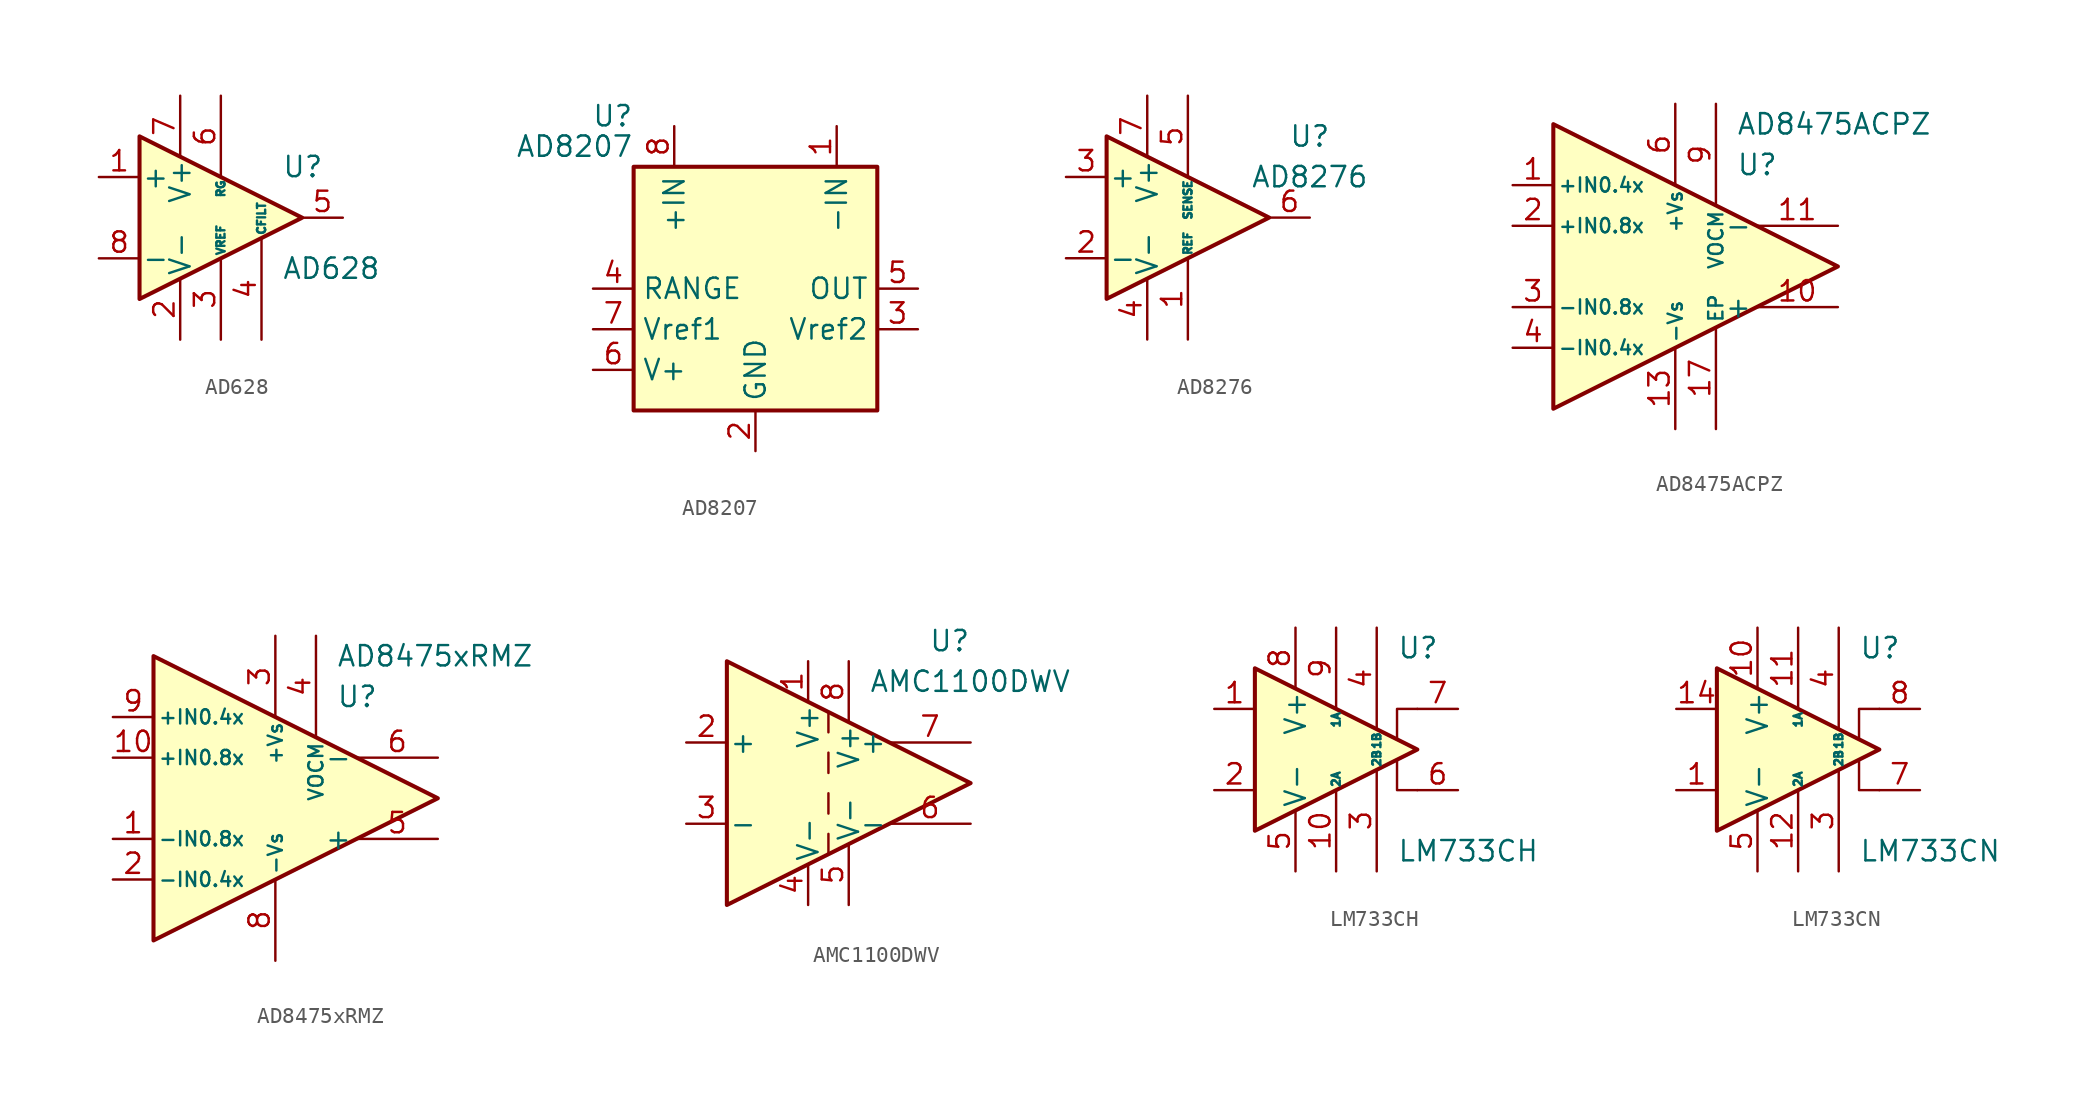
<source format=kicad_sym>
(kicad_symbol_lib
  (version 20201005)
  (generator kicad_symbol_editor)
  (symbol "Amplifier_Difference:AD628"
    (pin_names
      (offset 0.127))
    (property "Reference" "U"
      (at 3.81 3.175 0)
      (effects (font (size 1.27 1.27)) (justify left)))
    (property "Value" "AD628"
      (at 3.81 -3.175 0)
      (effects (font (size 1.27 1.27)) (justify left)))
    (symbol "AD628_0_1"
      (polyline (pts (xy 5.08 0) (xy -5.08 5.08) (xy -5.08 -5.08) (xy 5.08 0)) (stroke (width 0.254)) (fill (type background))))
    (symbol "AD628_1_1"
      (pin input line (at -7.62 2.54 0) (length 2.54) (name "+" (effects (font (size 1.27 1.27)))) (number "1" (effects (font (size 1.27 1.27)))))
      (pin power_in line (at -2.54 -7.62 90) (length 3.81) (name "V-" (effects (font (size 1.27 1.27)))) (number "2" (effects (font (size 1.27 1.27)))))
      (pin passive line (at 0 -7.62 90) (length 5.08) (name "VREF" (effects (font (size 0.508 0.508)))) (number "3" (effects (font (size 1.27 1.27)))))
      (pin passive line (at 2.54 -7.62 90) (length 6.35) (name "CFILT" (effects (font (size 0.508 0.508)))) (number "4" (effects (font (size 1.27 1.27)))))
      (pin output line (at 7.62 0 180) (length 2.54) (name "~" (effects (font (size 1.27 1.27)))) (number "5" (effects (font (size 1.27 1.27)))))
      (pin passive line (at 0 7.62 270) (length 5.08) (name "RG" (effects (font (size 0.508 0.508)))) (number "6" (effects (font (size 1.27 1.27)))))
      (pin power_in line (at -2.54 7.62 270) (length 3.81) (name "V+" (effects (font (size 1.27 1.27)))) (number "7" (effects (font (size 1.27 1.27)))))
      (pin input line (at -7.62 -2.54 0) (length 2.54) (name "-" (effects (font (size 1.27 1.27)))) (number "8" (effects (font (size 1.27 1.27)))))))
  (symbol "Amplifier_Difference:AD8207"
    (property "Reference" "U"
      (at -7.62 10.795 0)
      (effects (font (size 1.27 1.27)) (justify right)))
    (property "Value" "AD8207"
      (at -7.62 8.89 0)
      (effects (font (size 1.27 1.27)) (justify right)))
    (symbol "AD8207_0_1"
      (rectangle (start -7.62 7.62) (end 7.62 -7.62) (stroke (width 0.254)) (fill (type background))))
    (symbol "AD8207_1_1"
      (pin input line (at 5.08 10.16 270) (length 2.54) (name "-IN" (effects (font (size 1.27 1.27)))) (number "1" (effects (font (size 1.27 1.27)))))
      (pin power_in line (at 0 -10.16 90) (length 2.54) (name "GND" (effects (font (size 1.27 1.27)))) (number "2" (effects (font (size 1.27 1.27)))))
      (pin input line (at 10.16 -2.54 180) (length 2.54) (name "Vref2" (effects (font (size 1.27 1.27)))) (number "3" (effects (font (size 1.27 1.27)))))
      (pin input line (at -10.16 0 0) (length 2.54) (name "RANGE" (effects (font (size 1.27 1.27)))) (number "4" (effects (font (size 1.27 1.27)))))
      (pin output line (at 10.16 0 180) (length 2.54) (name "OUT" (effects (font (size 1.27 1.27)))) (number "5" (effects (font (size 1.27 1.27)))))
      (pin power_in line (at -10.16 -5.08 0) (length 2.54) (name "V+" (effects (font (size 1.27 1.27)))) (number "6" (effects (font (size 1.27 1.27)))))
      (pin input line (at -10.16 -2.54 0) (length 2.54) (name "Vref1" (effects (font (size 1.27 1.27)))) (number "7" (effects (font (size 1.27 1.27)))))
      (pin input line (at -5.08 10.16 270) (length 2.54) (name "+IN" (effects (font (size 1.27 1.27)))) (number "8" (effects (font (size 1.27 1.27)))))))
  (symbol "Amplifier_Difference:AD8276"
    (pin_names
      (offset 0.127))
    (property "Reference" "U"
      (at 7.62 5.08 0)
      (effects (font (size 1.27 1.27))))
    (property "Value" "AD8276"
      (at 7.62 2.54 0)
      (effects (font (size 1.27 1.27))))
    (symbol "AD8276_0_1"
      (polyline (pts (xy -5.08 5.08) (xy 5.08 0) (xy -5.08 -5.08) (xy -5.08 5.08)) (stroke (width 0.254)) (fill (type background))))
    (symbol "AD8276_1_1"
      (pin passive line (at 0 -7.62 90) (length 5.08) (name "REF" (effects (font (size 0.508 0.508)))) (number "1" (effects (font (size 1.27 1.27)))))
      (pin passive line (at -7.62 -2.54 0) (length 2.54) (name "-" (effects (font (size 1.27 1.27)))) (number "2" (effects (font (size 1.27 1.27)))))
      (pin passive line (at -7.62 2.54 0) (length 2.54) (name "+" (effects (font (size 1.27 1.27)))) (number "3" (effects (font (size 1.27 1.27)))))
      (pin power_in line (at -2.54 -7.62 90) (length 3.81) (name "V-" (effects (font (size 1.27 1.27)))) (number "4" (effects (font (size 1.27 1.27)))))
      (pin passive line (at 0 7.62 270) (length 5.08) (name "SENSE" (effects (font (size 0.508 0.508)))) (number "5" (effects (font (size 1.27 1.27)))))
      (pin output line (at 7.62 0 180) (length 2.54) (name "~" (effects (font (size 1.27 1.27)))) (number "6" (effects (font (size 1.27 1.27)))))
      (pin power_in line (at -2.54 7.62 270) (length 3.81) (name "V+" (effects (font (size 1.27 1.27)))) (number "7" (effects (font (size 1.27 1.27)))))
      (pin no_connect line (at -5.08 0 0) (length 2.54) hide (name "~" (effects (font (size 1.27 1.27)))) (number "8" (effects (font (size 1.27 1.27)))))))
  (symbol "Amplifier_Difference:AD8475ACPZ"
    (pin_names
      (offset 0.254))
    (property "Reference" "U"
      (at 3.81 6.35 0)
      (effects (font (size 1.27 1.27)) (justify left)))
    (property "Value" "AD8475ACPZ"
      (at 3.81 8.89 0)
      (effects (font (size 1.27 1.27)) (justify left)))
    (symbol "AD8475ACPZ_0_1"
      (polyline (pts (xy -7.62 8.89) (xy -7.62 -8.89) (xy 10.16 0) (xy -7.62 8.89)) (stroke (width 0.254)) (fill (type background))))
    (symbol "AD8475ACPZ_1_1"
      (pin input line (at -10.16 5.08 0) (length 2.54) (name "+IN0.4x" (effects (font (size 0.889 0.889)))) (number "1" (effects (font (size 1.27 1.27)))))
      (pin output line (at 10.16 -2.54 180) (length 5.08) (name "+" (effects (font (size 1.27 1.27)))) (number "10" (effects (font (size 1.27 1.27)))))
      (pin output line (at 10.16 2.54 180) (length 5.08) (name "-" (effects (font (size 1.27 1.27)))) (number "11" (effects (font (size 1.27 1.27)))))
      (pin no_connect line (at -7.62 -7.62 0) (length 2.54) hide (name "NC" (effects (font (size 1.27 1.27)))) (number "12" (effects (font (size 1.27 1.27)))))
      (pin power_in line (at 0 -10.16 90) (length 5.08) (name "-Vs" (effects (font (size 0.889 0.889)))) (number "13" (effects (font (size 1.27 1.27)))))
      (pin passive line (at 0 -10.16 90) (length 5.08) hide (name "-Vs" (effects (font (size 0.889 0.889)))) (number "14" (effects (font (size 1.27 1.27)))))
      (pin passive line (at 0 -10.16 90) (length 5.08) hide (name "-Vs" (effects (font (size 0.889 0.889)))) (number "15" (effects (font (size 1.27 1.27)))))
      (pin input line (at -10.16 5.08 0) (length 2.54) hide (name "+IN0.4x" (effects (font (size 0.889 0.889)))) (number "16" (effects (font (size 1.27 1.27)))))
      (pin passive line (at 2.54 -10.16 90) (length 6.35) (name "EP" (effects (font (size 0.889 0.889)))) (number "17" (effects (font (size 1.27 1.27)))))
      (pin input line (at -10.16 2.54 0) (length 2.54) (name "+IN0.8x" (effects (font (size 0.889 0.889)))) (number "2" (effects (font (size 1.27 1.27)))))
      (pin input line (at -10.16 -2.54 0) (length 2.54) (name "-IN0.8x" (effects (font (size 0.889 0.889)))) (number "3" (effects (font (size 1.27 1.27)))))
      (pin input line (at -10.16 -5.08 0) (length 2.54) (name "-IN0.4x" (effects (font (size 0.889 0.889)))) (number "4" (effects (font (size 1.27 1.27)))))
      (pin input line (at -10.16 -5.08 0) (length 2.54) hide (name "-IN0.4x" (effects (font (size 0.889 0.889)))) (number "5" (effects (font (size 1.27 1.27)))))
      (pin power_in line (at 0 10.16 270) (length 5.08) (name "+Vs" (effects (font (size 0.889 0.889)))) (number "6" (effects (font (size 1.27 1.27)))))
      (pin passive line (at 0 10.16 270) (length 5.08) hide (name "+Vs" (effects (font (size 0.889 0.889)))) (number "7" (effects (font (size 1.27 1.27)))))
      (pin passive line (at 0 10.16 270) (length 5.08) hide (name "+Vs" (effects (font (size 0.889 0.889)))) (number "8" (effects (font (size 1.27 1.27)))))
      (pin power_in line (at 2.54 10.16 270) (length 6.35) (name "VOCM" (effects (font (size 0.889 0.889)))) (number "9" (effects (font (size 1.27 1.27)))))))
  (symbol "Amplifier_Difference:AD8475xRMZ"
    (pin_names
      (offset 0.254))
    (property "Reference" "U"
      (at 3.81 6.35 0)
      (effects (font (size 1.27 1.27)) (justify left)))
    (property "Value" "AD8475xRMZ"
      (at 3.81 8.89 0)
      (effects (font (size 1.27 1.27)) (justify left)))
    (symbol "AD8475xRMZ_0_1"
      (polyline (pts (xy -7.62 8.89) (xy -7.62 -8.89) (xy 10.16 0) (xy -7.62 8.89)) (stroke (width 0.254)) (fill (type background))))
    (symbol "AD8475xRMZ_1_1"
      (pin input line (at -10.16 -2.54 0) (length 2.54) (name "-IN0.8x" (effects (font (size 0.889 0.889)))) (number "1" (effects (font (size 1.27 1.27)))))
      (pin input line (at -10.16 2.54 0) (length 2.54) (name "+IN0.8x" (effects (font (size 0.889 0.889)))) (number "10" (effects (font (size 1.27 1.27)))))
      (pin input line (at -10.16 -5.08 0) (length 2.54) (name "-IN0.4x" (effects (font (size 0.889 0.889)))) (number "2" (effects (font (size 1.27 1.27)))))
      (pin power_in line (at 0 10.16 270) (length 5.08) (name "+Vs" (effects (font (size 0.889 0.889)))) (number "3" (effects (font (size 1.27 1.27)))))
      (pin power_in line (at 2.54 10.16 270) (length 6.35) (name "VOCM" (effects (font (size 0.889 0.889)))) (number "4" (effects (font (size 1.27 1.27)))))
      (pin output line (at 10.16 -2.54 180) (length 5.08) (name "+" (effects (font (size 1.27 1.27)))) (number "5" (effects (font (size 1.27 1.27)))))
      (pin output line (at 10.16 2.54 180) (length 5.08) (name "-" (effects (font (size 1.27 1.27)))) (number "6" (effects (font (size 1.27 1.27)))))
      (pin no_connect line (at -7.62 -7.62 0) (length 2.54) hide (name "NC" (effects (font (size 1.27 1.27)))) (number "7" (effects (font (size 1.27 1.27)))))
      (pin power_in line (at 0 -10.16 90) (length 5.08) (name "-Vs" (effects (font (size 0.889 0.889)))) (number "8" (effects (font (size 1.27 1.27)))))
      (pin input line (at -10.16 5.08 0) (length 2.54) (name "+IN0.4x" (effects (font (size 0.889 0.889)))) (number "9" (effects (font (size 1.27 1.27)))))))
  (symbol "Amplifier_Difference:AMC1100DWV"
    (pin_names
      (offset 0.127))
    (property "Reference" "U"
      (at 7.62 8.89 0)
      (effects (font (size 1.27 1.27)) (justify right)))
    (property "Value" "AMC1100DWV"
      (at 1.27 6.35 0)
      (effects (font (size 1.27 1.27)) (justify left)))
    (symbol "AMC1100DWV_0_1"
      (polyline (pts (xy -1.27 -3.175) (xy -1.27 -4.445)) (stroke (width 0)) (fill (type none)))
      (polyline (pts (xy -1.27 -0.635) (xy -1.27 -1.905)) (stroke (width 0)) (fill (type none)))
      (polyline (pts (xy -1.27 1.905) (xy -1.27 0.635)) (stroke (width 0)) (fill (type none)))
      (polyline (pts (xy -1.27 4.445) (xy -1.27 3.175)) (stroke (width 0)) (fill (type none)))
      (polyline (pts (xy -7.62 -7.62) (xy -7.62 7.62) (xy 7.62 0) (xy -7.62 -7.62)) (stroke (width 0.254)) (fill (type background))))
    (symbol "AMC1100DWV_1_1"
      (pin power_in line (at -2.54 7.62 270) (length 2.54) (name "V+" (effects (font (size 1.27 1.27)))) (number "1" (effects (font (size 1.27 1.27)))))
      (pin input line (at -10.16 2.54 0) (length 2.54) (name "+" (effects (font (size 1.27 1.27)))) (number "2" (effects (font (size 1.27 1.27)))))
      (pin input line (at -10.16 -2.54 0) (length 2.54) (name "-" (effects (font (size 1.27 1.27)))) (number "3" (effects (font (size 1.27 1.27)))))
      (pin power_in line (at -2.54 -7.62 90) (length 2.54) (name "V-" (effects (font (size 1.27 1.27)))) (number "4" (effects (font (size 1.27 1.27)))))
      (pin power_in line (at 0 -7.62 90) (length 3.81) (name "V-" (effects (font (size 1.27 1.27)))) (number "5" (effects (font (size 1.27 1.27)))))
      (pin output line (at 7.62 -2.54 180) (length 5.08) (name "-" (effects (font (size 1.27 1.27)))) (number "6" (effects (font (size 1.27 1.27)))))
      (pin output line (at 7.62 2.54 180) (length 5.08) (name "+" (effects (font (size 1.27 1.27)))) (number "7" (effects (font (size 1.27 1.27)))))
      (pin power_in line (at 0 7.62 270) (length 3.81) (name "V+" (effects (font (size 1.27 1.27)))) (number "8" (effects (font (size 1.27 1.27)))))))
  (symbol "Amplifier_Difference:LM733CH"
    (pin_names
      (offset 0.127))
    (property "Reference" "U"
      (at 3.81 6.35 0)
      (effects (font (size 1.27 1.27)) (justify left)))
    (property "Value" "LM733CH"
      (at 3.81 -6.35 0)
      (effects (font (size 1.27 1.27)) (justify left)))
    (symbol "LM733CH_0_1"
      (polyline (pts (xy 5.08 -2.54) (xy 3.81 -2.54) (xy 3.81 -0.635)) (stroke (width 0)) (fill (type none)))
      (polyline (pts (xy 5.08 2.54) (xy 3.81 2.54) (xy 3.81 0.635)) (stroke (width 0)) (fill (type none)))
      (polyline (pts (xy 5.08 0) (xy -5.08 5.08) (xy -5.08 -5.08) (xy 5.08 0)) (stroke (width 0.254)) (fill (type background))))
    (symbol "LM733CH_1_1"
      (pin input line (at -7.62 2.54 0) (length 2.54) (name "~" (effects (font (size 1.27 1.27)))) (number "1" (effects (font (size 1.27 1.27)))))
      (pin passive line (at 0 -7.62 90) (length 5.08) (name "2A" (effects (font (size 0.508 0.508)))) (number "10" (effects (font (size 1.27 1.27)))))
      (pin input line (at -7.62 -2.54 0) (length 2.54) (name "~" (effects (font (size 1.27 1.27)))) (number "2" (effects (font (size 1.27 1.27)))))
      (pin passive line (at 2.54 -7.62 90) (length 6.35) (name "2B" (effects (font (size 0.508 0.508)))) (number "3" (effects (font (size 1.27 1.27)))))
      (pin passive line (at 2.54 7.62 270) (length 6.35) (name "1B" (effects (font (size 0.508 0.508)))) (number "4" (effects (font (size 1.27 1.27)))))
      (pin power_in line (at -2.54 -7.62 90) (length 3.81) (name "V-" (effects (font (size 1.27 1.27)))) (number "5" (effects (font (size 1.27 1.27)))))
      (pin output line (at 7.62 -2.54 180) (length 2.54) (name "~" (effects (font (size 1.27 1.27)))) (number "6" (effects (font (size 1.27 1.27)))))
      (pin output line (at 7.62 2.54 180) (length 2.54) (name "~" (effects (font (size 1.27 1.27)))) (number "7" (effects (font (size 1.27 1.27)))))
      (pin power_in line (at -2.54 7.62 270) (length 3.81) (name "V+" (effects (font (size 1.27 1.27)))) (number "8" (effects (font (size 1.27 1.27)))))
      (pin passive line (at 0 7.62 270) (length 5.08) (name "1A" (effects (font (size 0.508 0.508)))) (number "9" (effects (font (size 1.27 1.27)))))))
  (symbol "Amplifier_Difference:LM733CN"
    (pin_names
      (offset 0.127))
    (property "Reference" "U"
      (at 3.81 6.35 0)
      (effects (font (size 1.27 1.27)) (justify left)))
    (property "Value" "LM733CN"
      (at 3.81 -6.35 0)
      (effects (font (size 1.27 1.27)) (justify left)))
    (symbol "LM733CN_0_1"
      (polyline (pts (xy 5.08 -2.54) (xy 3.81 -2.54) (xy 3.81 -0.635)) (stroke (width 0)) (fill (type none)))
      (polyline (pts (xy 5.08 2.54) (xy 3.81 2.54) (xy 3.81 0.635)) (stroke (width 0)) (fill (type none)))
      (polyline (pts (xy 5.08 0) (xy -5.08 5.08) (xy -5.08 -5.08) (xy 5.08 0)) (stroke (width 0.254)) (fill (type background))))
    (symbol "LM733CN_1_1"
      (pin input line (at -7.62 -2.54 0) (length 2.54) (name "~" (effects (font (size 1.27 1.27)))) (number "1" (effects (font (size 1.27 1.27)))))
      (pin power_in line (at -2.54 7.62 270) (length 3.81) (name "V+" (effects (font (size 1.27 1.27)))) (number "10" (effects (font (size 1.27 1.27)))))
      (pin passive line (at 0 7.62 270) (length 5.08) (name "1A" (effects (font (size 0.508 0.508)))) (number "11" (effects (font (size 1.27 1.27)))))
      (pin passive line (at 0 -7.62 90) (length 5.08) (name "2A" (effects (font (size 0.508 0.508)))) (number "12" (effects (font (size 1.27 1.27)))))
      (pin no_connect line (at -2.54 -2.54 90) (length 2.54) hide (name "NC" (effects (font (size 1.27 1.27)))) (number "13" (effects (font (size 1.27 1.27)))))
      (pin input line (at -7.62 2.54 0) (length 2.54) (name "~" (effects (font (size 1.27 1.27)))) (number "14" (effects (font (size 1.27 1.27)))))
      (pin no_connect line (at 2.54 2.54 270) (length 2.54) hide (name "NC" (effects (font (size 1.27 1.27)))) (number "2" (effects (font (size 1.27 1.27)))))
      (pin passive line (at 2.54 -7.62 90) (length 6.35) (name "2B" (effects (font (size 0.508 0.508)))) (number "3" (effects (font (size 1.27 1.27)))))
      (pin passive line (at 2.54 7.62 270) (length 6.35) (name "1B" (effects (font (size 0.508 0.508)))) (number "4" (effects (font (size 1.27 1.27)))))
      (pin power_in line (at -2.54 -7.62 90) (length 3.81) (name "V-" (effects (font (size 1.27 1.27)))) (number "5" (effects (font (size 1.27 1.27)))))
      (pin no_connect line (at 0 2.54 270) (length 2.54) hide (name "NC" (effects (font (size 1.27 1.27)))) (number "6" (effects (font (size 1.27 1.27)))))
      (pin output line (at 7.62 -2.54 180) (length 2.54) (name "~" (effects (font (size 1.27 1.27)))) (number "7" (effects (font (size 1.27 1.27)))))
      (pin output line (at 7.62 2.54 180) (length 2.54) (name "~" (effects (font (size 1.27 1.27)))) (number "8" (effects (font (size 1.27 1.27)))))
      (pin no_connect line (at 0 -2.54 90) (length 2.54) hide (name "NC" (effects (font (size 1.27 1.27)))) (number "9" (effects (font (size 1.27 1.27))))))))
</source>
